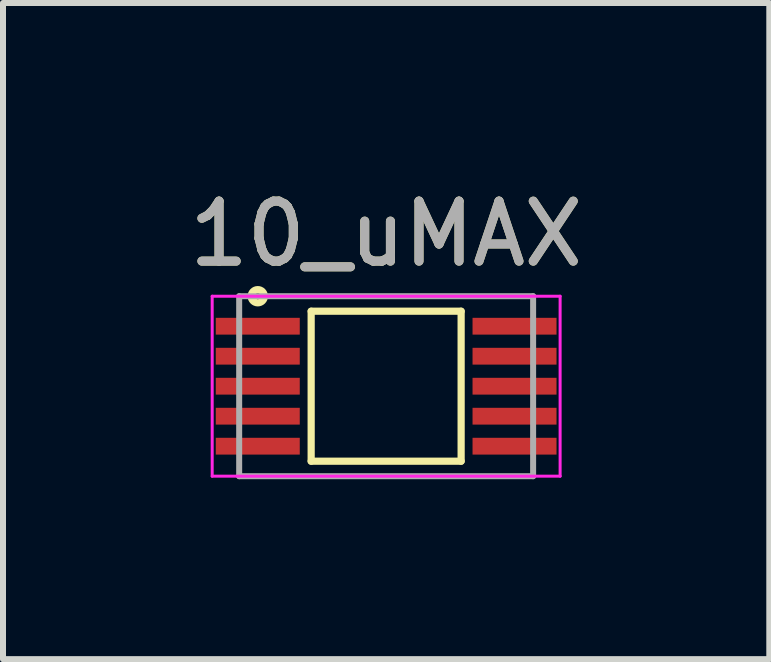
<source format=kicad_pcb>
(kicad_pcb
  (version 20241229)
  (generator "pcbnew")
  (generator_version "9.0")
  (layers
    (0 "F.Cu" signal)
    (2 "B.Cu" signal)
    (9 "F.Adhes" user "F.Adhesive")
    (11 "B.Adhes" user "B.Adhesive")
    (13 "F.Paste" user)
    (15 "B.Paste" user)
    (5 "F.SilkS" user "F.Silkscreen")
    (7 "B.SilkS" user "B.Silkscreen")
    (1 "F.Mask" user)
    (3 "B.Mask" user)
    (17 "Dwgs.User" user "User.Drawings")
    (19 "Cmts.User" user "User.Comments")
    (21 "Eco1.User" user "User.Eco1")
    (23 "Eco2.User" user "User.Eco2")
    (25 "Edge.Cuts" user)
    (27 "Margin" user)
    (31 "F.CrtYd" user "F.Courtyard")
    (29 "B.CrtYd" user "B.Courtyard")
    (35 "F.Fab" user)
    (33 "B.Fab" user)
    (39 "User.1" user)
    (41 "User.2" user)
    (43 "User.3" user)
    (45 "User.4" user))
  (footprint "10_uMAX"
    (layer "F.Cu")
    (at 3.387 3.388)
    (property "Reference" "10_uMAX" (at 0 -2.54 0) (layer "F.SilkS") (effects (font (size 1 1) (thickness 0.15))))
    (attr smd)
    (fp_line (start -1.25 -1.25) (end 1.25 -1.25) (stroke (width 0.12) (type solid)) (layer "F.SilkS"))
    (fp_line (start -1.25 1.25) (end -1.25 -1.25) (stroke (width 0.12) (type solid)) (layer "F.SilkS"))
    (fp_line (start 1.25 -1.25) (end 1.25 1.25) (stroke (width 0.12) (type solid)) (layer "F.SilkS"))
    (fp_line (start 1.25 1.25) (end -1.25 1.25) (stroke (width 0.12) (type solid)) (layer "F.SilkS"))
    (fp_circle (center -2.14 -1.5) (end -2.09 -1.5) (stroke (width 0.12) (type solid)) (fill no) (layer "F.SilkS"))
    (fp_line (start -2.9 -1.5) (end 2.9 -1.5) (stroke (width 0.05) (type solid)) (layer "F.CrtYd"))
    (fp_line (start -2.9 1.5) (end -2.9 -1.5) (stroke (width 0.05) (type solid)) (layer "F.CrtYd"))
    (fp_line (start 2.9 -1.5) (end 2.9 1.5) (stroke (width 0.05) (type solid)) (layer "F.CrtYd"))
    (fp_line (start 2.9 1.5) (end -2.9 1.5) (stroke (width 0.05) (type solid)) (layer "F.CrtYd"))
    (fp_line (start -2.45 -1.5) (end 2.45 -1.5) (stroke (width 0.1) (type solid)) (layer "F.Fab"))
    (fp_line (start -2.45 1.5) (end -2.45 -1.5) (stroke (width 0.1) (type solid)) (layer "F.Fab"))
    (fp_line (start 2.45 -1.5) (end 2.45 1.5) (stroke (width 0.1) (type solid)) (layer "F.Fab"))
    (fp_line (start 2.45 1.5) (end -2.45 1.5) (stroke (width 0.1) (type solid)) (layer "F.Fab"))
    (fp_text user "${REFERENCE}" (at 0 -2.54 0) (layer "F.Fab") (effects (font (size 1 1) (thickness 0.15))))
    (pad "1" smd rect (at -2.14 -1) (size 1.4 0.28) (layers "F.Cu" "F.Mask" "F.Paste"))
    (pad "2" smd rect (at -2.14 -0.5) (size 1.4 0.28) (layers "F.Cu" "F.Mask" "F.Paste"))
    (pad "3" smd rect (at -2.14 0) (size 1.4 0.28) (layers "F.Cu" "F.Mask" "F.Paste"))
    (pad "4" smd rect (at -2.14 0.5) (size 1.4 0.28) (layers "F.Cu" "F.Mask" "F.Paste"))
    (pad "5" smd rect (at -2.14 1) (size 1.4 0.28) (layers "F.Cu" "F.Mask" "F.Paste"))
    (pad "6" smd rect (at 2.14 1) (size 1.4 0.28) (layers "F.Cu" "F.Mask" "F.Paste"))
    (pad "7" smd rect (at 2.14 0.5) (size 1.4 0.28) (layers "F.Cu" "F.Mask" "F.Paste"))
    (pad "8" smd rect (at 2.14 0) (size 1.4 0.28) (layers "F.Cu" "F.Mask" "F.Paste"))
    (pad "9" smd rect (at 2.14 -0.5) (size 1.4 0.28) (layers "F.Cu" "F.Mask" "F.Paste"))
    (pad "10" smd rect (at 2.14 -1) (size 1.4 0.28) (layers "F.Cu" "F.Mask" "F.Paste")))
  (gr_rect
    (start -3 -3)
    (end 9.774 7.938)
    (stroke (width 0.1) (type default))
    (fill no)
    (layer "Edge.Cuts")))
</source>
